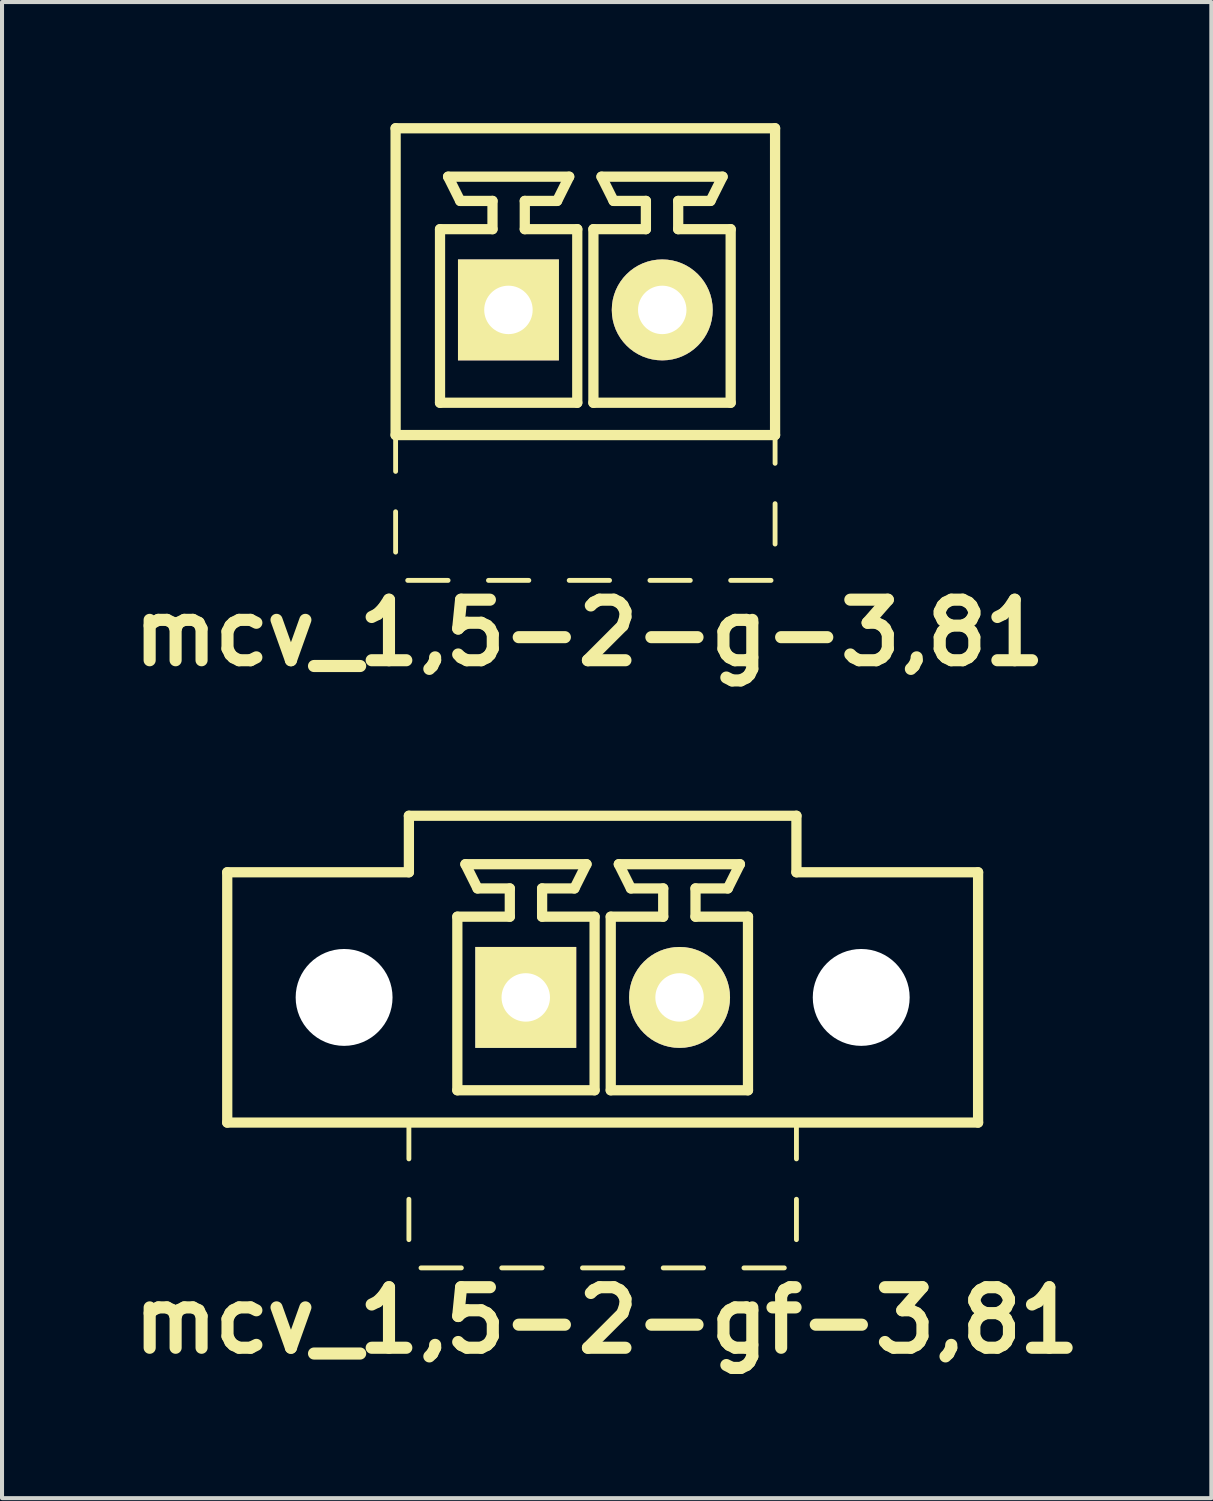
<source format=kicad_pcb>
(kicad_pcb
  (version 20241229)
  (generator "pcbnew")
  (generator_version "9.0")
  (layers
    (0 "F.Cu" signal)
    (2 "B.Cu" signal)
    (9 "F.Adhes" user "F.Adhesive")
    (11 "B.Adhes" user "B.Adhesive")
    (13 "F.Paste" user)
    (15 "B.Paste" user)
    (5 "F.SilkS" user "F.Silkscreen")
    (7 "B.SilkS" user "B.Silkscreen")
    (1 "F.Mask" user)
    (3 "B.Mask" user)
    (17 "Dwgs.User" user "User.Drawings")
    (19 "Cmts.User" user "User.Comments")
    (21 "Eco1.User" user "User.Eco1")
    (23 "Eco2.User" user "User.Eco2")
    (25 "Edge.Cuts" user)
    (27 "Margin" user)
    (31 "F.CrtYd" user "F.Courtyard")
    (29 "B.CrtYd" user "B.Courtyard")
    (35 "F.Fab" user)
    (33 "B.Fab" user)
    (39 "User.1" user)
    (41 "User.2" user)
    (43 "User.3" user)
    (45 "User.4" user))
  (footprint "mcv_1,5-2-g-3,81"
    (layer "F.Cu")
    (at 11.45 4.627)
    (property "Reference" "mcv_1,5-2-g-3,81" (at 0.1 8 0) (layer "F.SilkS") (effects (font (size 1.5 1.5) (thickness 0.3))))
    (attr through_hole)
    (fp_line (start -4.7 -4.5) (end -4.7 3.1) (stroke (width 0.254) (type solid)) (layer "F.SilkS"))
    (fp_line (start -4.7 -4.5) (end 4.7 -4.5) (stroke (width 0.254) (type solid)) (layer "F.SilkS"))
    (fp_line (start -4.7 3.1) (end -4.7 4) (stroke (width 0.12) (type solid)) (layer "F.SilkS"))
    (fp_line (start -4.7 3.1) (end 4.7 3.1) (stroke (width 0.254) (type solid)) (layer "F.SilkS"))
    (fp_line (start -4.7 5) (end -4.7 6) (stroke (width 0.12) (type solid)) (layer "F.SilkS"))
    (fp_line (start -4.4 6.7) (end -3.4 6.7) (stroke (width 0.12) (type solid)) (layer "F.SilkS"))
    (fp_line (start -3.6 -2) (end -2.3 -2) (stroke (width 0.254) (type solid)) (layer "F.SilkS"))
    (fp_line (start -3.6 2.3) (end -3.6 -2) (stroke (width 0.254) (type solid)) (layer "F.SilkS"))
    (fp_line (start -3.4 -3.3) (end -0.4 -3.3) (stroke (width 0.254) (type solid)) (layer "F.SilkS"))
    (fp_line (start -3.1 -2.7) (end -3.4 -3.3) (stroke (width 0.254) (type solid)) (layer "F.SilkS"))
    (fp_line (start -2.4 6.7) (end -1.4 6.7) (stroke (width 0.12) (type solid)) (layer "F.SilkS"))
    (fp_line (start -2.3 -2.7) (end -3.1 -2.7) (stroke (width 0.254) (type solid)) (layer "F.SilkS"))
    (fp_line (start -2.3 -2) (end -2.3 -2.7) (stroke (width 0.254) (type solid)) (layer "F.SilkS"))
    (fp_line (start -1.5 -2.7) (end -1.5 -2) (stroke (width 0.254) (type solid)) (layer "F.SilkS"))
    (fp_line (start -1.5 -2) (end -0.2 -2) (stroke (width 0.254) (type solid)) (layer "F.SilkS"))
    (fp_line (start -0.7 -2.7) (end -1.5 -2.7) (stroke (width 0.254) (type solid)) (layer "F.SilkS"))
    (fp_line (start -0.7 -2.7) (end -0.4 -3.3) (stroke (width 0.254) (type solid)) (layer "F.SilkS"))
    (fp_line (start -0.4 6.7) (end 0.6 6.7) (stroke (width 0.12) (type solid)) (layer "F.SilkS"))
    (fp_line (start -0.2 -2) (end -0.2 2.3) (stroke (width 0.254) (type solid)) (layer "F.SilkS"))
    (fp_line (start -0.2 2.3) (end -3.6 2.3) (stroke (width 0.254) (type solid)) (layer "F.SilkS"))
    (fp_line (start 0.2 -2) (end 1.5 -2) (stroke (width 0.254) (type solid)) (layer "F.SilkS"))
    (fp_line (start 0.2 2.3) (end 0.2 -2) (stroke (width 0.254) (type solid)) (layer "F.SilkS"))
    (fp_line (start 0.4 -3.3) (end 3.4 -3.3) (stroke (width 0.254) (type solid)) (layer "F.SilkS"))
    (fp_line (start 0.7 -2.7) (end 0.4 -3.3) (stroke (width 0.254) (type solid)) (layer "F.SilkS"))
    (fp_line (start 1.5 -2.7) (end 0.7 -2.7) (stroke (width 0.254) (type solid)) (layer "F.SilkS"))
    (fp_line (start 1.5 -2) (end 1.5 -2.7) (stroke (width 0.254) (type solid)) (layer "F.SilkS"))
    (fp_line (start 1.6 6.7) (end 2.6 6.7) (stroke (width 0.12) (type solid)) (layer "F.SilkS"))
    (fp_line (start 2.3 -2.7) (end 2.3 -2) (stroke (width 0.254) (type solid)) (layer "F.SilkS"))
    (fp_line (start 2.3 -2) (end 3.6 -2) (stroke (width 0.254) (type solid)) (layer "F.SilkS"))
    (fp_line (start 3.1 -2.7) (end 2.3 -2.7) (stroke (width 0.254) (type solid)) (layer "F.SilkS"))
    (fp_line (start 3.1 -2.7) (end 3.4 -3.3) (stroke (width 0.254) (type solid)) (layer "F.SilkS"))
    (fp_line (start 3.6 -2) (end 3.6 2.3) (stroke (width 0.254) (type solid)) (layer "F.SilkS"))
    (fp_line (start 3.6 2.3) (end 0.2 2.3) (stroke (width 0.254) (type solid)) (layer "F.SilkS"))
    (fp_line (start 3.6 6.7) (end 4.6 6.7) (stroke (width 0.12) (type solid)) (layer "F.SilkS"))
    (fp_line (start 4.7 -4.5) (end 4.7 3.1) (stroke (width 0.254) (type solid)) (layer "F.SilkS"))
    (fp_line (start 4.7 3.8) (end 4.7 3.1) (stroke (width 0.12) (type solid)) (layer "F.SilkS"))
    (fp_line (start 4.7 5.8) (end 4.7 4.8) (stroke (width 0.12) (type solid)) (layer "F.SilkS"))
    (pad "1" thru_hole rect (at -1.905 0) (size 2.5 2.5) (drill 1.2) (layers "*.Cu" "*.Mask" "F.SilkS"))
    (pad "2" thru_hole circle (at 1.905 0) (size 2.5 2.5) (drill 1.2) (layers "*.Cu" "*.Mask" "F.SilkS")))
  (footprint "mcv_1,5-2-gf-3,81"
    (layer "F.Cu")
    (at 11.879 21.658)
    (property "Reference" "mcv_1,5-2-gf-3,81" (at 0.1 8 0) (layer "F.SilkS") (effects (font (size 1.5 1.5) (thickness 0.3))))
    (attr through_hole)
    (fp_line (start -9.3 3.1) (end -9.3 -3.1) (stroke (width 0.254) (type solid)) (layer "F.SilkS"))
    (fp_line (start -9.3 3.1) (end 9.3 3.1) (stroke (width 0.254) (type solid)) (layer "F.SilkS"))
    (fp_line (start -4.8 -4.5) (end -4.8 -3.1) (stroke (width 0.254) (type solid)) (layer "F.SilkS"))
    (fp_line (start -4.8 -4.5) (end 4.8 -4.5) (stroke (width 0.254) (type solid)) (layer "F.SilkS"))
    (fp_line (start -4.8 -3.1) (end -9.3 -3.1) (stroke (width 0.254) (type solid)) (layer "F.SilkS"))
    (fp_line (start -4.8 3.1) (end -4.8 4) (stroke (width 0.12) (type solid)) (layer "F.SilkS"))
    (fp_line (start -4.8 5) (end -4.8 6) (stroke (width 0.12) (type solid)) (layer "F.SilkS"))
    (fp_line (start -4.5 6.7) (end -3.5 6.7) (stroke (width 0.12) (type solid)) (layer "F.SilkS"))
    (fp_line (start -3.6 -2) (end -2.3 -2) (stroke (width 0.254) (type solid)) (layer "F.SilkS"))
    (fp_line (start -3.6 2.3) (end -3.6 -2) (stroke (width 0.254) (type solid)) (layer "F.SilkS"))
    (fp_line (start -3.4 -3.3) (end -0.4 -3.3) (stroke (width 0.254) (type solid)) (layer "F.SilkS"))
    (fp_line (start -3.1 -2.7) (end -3.4 -3.3) (stroke (width 0.254) (type solid)) (layer "F.SilkS"))
    (fp_line (start -2.5 6.7) (end -1.5 6.7) (stroke (width 0.12) (type solid)) (layer "F.SilkS"))
    (fp_line (start -2.3 -2.7) (end -3.1 -2.7) (stroke (width 0.254) (type solid)) (layer "F.SilkS"))
    (fp_line (start -2.3 -2) (end -2.3 -2.7) (stroke (width 0.254) (type solid)) (layer "F.SilkS"))
    (fp_line (start -1.5 -2.7) (end -1.5 -2) (stroke (width 0.254) (type solid)) (layer "F.SilkS"))
    (fp_line (start -1.5 -2) (end -0.2 -2) (stroke (width 0.254) (type solid)) (layer "F.SilkS"))
    (fp_line (start -0.7 -2.7) (end -1.5 -2.7) (stroke (width 0.254) (type solid)) (layer "F.SilkS"))
    (fp_line (start -0.7 -2.7) (end -0.4 -3.3) (stroke (width 0.254) (type solid)) (layer "F.SilkS"))
    (fp_line (start -0.5 6.7) (end 0.5 6.7) (stroke (width 0.12) (type solid)) (layer "F.SilkS"))
    (fp_line (start -0.2 -2) (end -0.2 2.3) (stroke (width 0.254) (type solid)) (layer "F.SilkS"))
    (fp_line (start -0.2 2.3) (end -3.6 2.3) (stroke (width 0.254) (type solid)) (layer "F.SilkS"))
    (fp_line (start 0.2 -2) (end 1.5 -2) (stroke (width 0.254) (type solid)) (layer "F.SilkS"))
    (fp_line (start 0.2 2.3) (end 0.2 -2) (stroke (width 0.254) (type solid)) (layer "F.SilkS"))
    (fp_line (start 0.4 -3.3) (end 3.4 -3.3) (stroke (width 0.254) (type solid)) (layer "F.SilkS"))
    (fp_line (start 0.7 -2.7) (end 0.4 -3.3) (stroke (width 0.254) (type solid)) (layer "F.SilkS"))
    (fp_line (start 1.5 -2.7) (end 0.7 -2.7) (stroke (width 0.254) (type solid)) (layer "F.SilkS"))
    (fp_line (start 1.5 -2) (end 1.5 -2.7) (stroke (width 0.254) (type solid)) (layer "F.SilkS"))
    (fp_line (start 1.5 6.7) (end 2.5 6.7) (stroke (width 0.12) (type solid)) (layer "F.SilkS"))
    (fp_line (start 2.3 -2.7) (end 2.3 -2) (stroke (width 0.254) (type solid)) (layer "F.SilkS"))
    (fp_line (start 2.3 -2) (end 3.6 -2) (stroke (width 0.254) (type solid)) (layer "F.SilkS"))
    (fp_line (start 3.1 -2.7) (end 2.3 -2.7) (stroke (width 0.254) (type solid)) (layer "F.SilkS"))
    (fp_line (start 3.1 -2.7) (end 3.4 -3.3) (stroke (width 0.254) (type solid)) (layer "F.SilkS"))
    (fp_line (start 3.5 6.7) (end 4.5 6.7) (stroke (width 0.12) (type solid)) (layer "F.SilkS"))
    (fp_line (start 3.6 -2) (end 3.6 2.3) (stroke (width 0.254) (type solid)) (layer "F.SilkS"))
    (fp_line (start 3.6 2.3) (end 0.2 2.3) (stroke (width 0.254) (type solid)) (layer "F.SilkS"))
    (fp_line (start 4.8 -4.5) (end 4.8 -3.1) (stroke (width 0.254) (type solid)) (layer "F.SilkS"))
    (fp_line (start 4.8 -3.1) (end 9.3 -3.1) (stroke (width 0.254) (type solid)) (layer "F.SilkS"))
    (fp_line (start 4.8 4) (end 4.8 3.1) (stroke (width 0.12) (type solid)) (layer "F.SilkS"))
    (fp_line (start 4.8 6) (end 4.8 5) (stroke (width 0.12) (type solid)) (layer "F.SilkS"))
    (fp_line (start 9.3 3.1) (end 9.3 -3.1) (stroke (width 0.254) (type solid)) (layer "F.SilkS"))
    (pad "" np_thru_hole circle (at -6.405 0) (size 2.4 2.4) (drill 2.4) (layers "*.Cu" "*.Mask"))
    (pad "" np_thru_hole circle (at 6.405 0) (size 2.4 2.4) (drill 2.4) (layers "*.Cu" "*.Mask"))
    (pad "1" thru_hole rect (at -1.905 0) (size 2.5 2.5) (drill 1.2) (layers "*.Cu" "*.Mask" "F.SilkS"))
    (pad "2" thru_hole circle (at 1.905 0) (size 2.5 2.5) (drill 1.2) (layers "*.Cu" "*.Mask" "F.SilkS")))
  (gr_rect
    (start -3 -3)
    (end 26.957 34.062)
    (stroke (width 0.1) (type default))
    (fill no)
    (layer "Edge.Cuts")))
</source>
